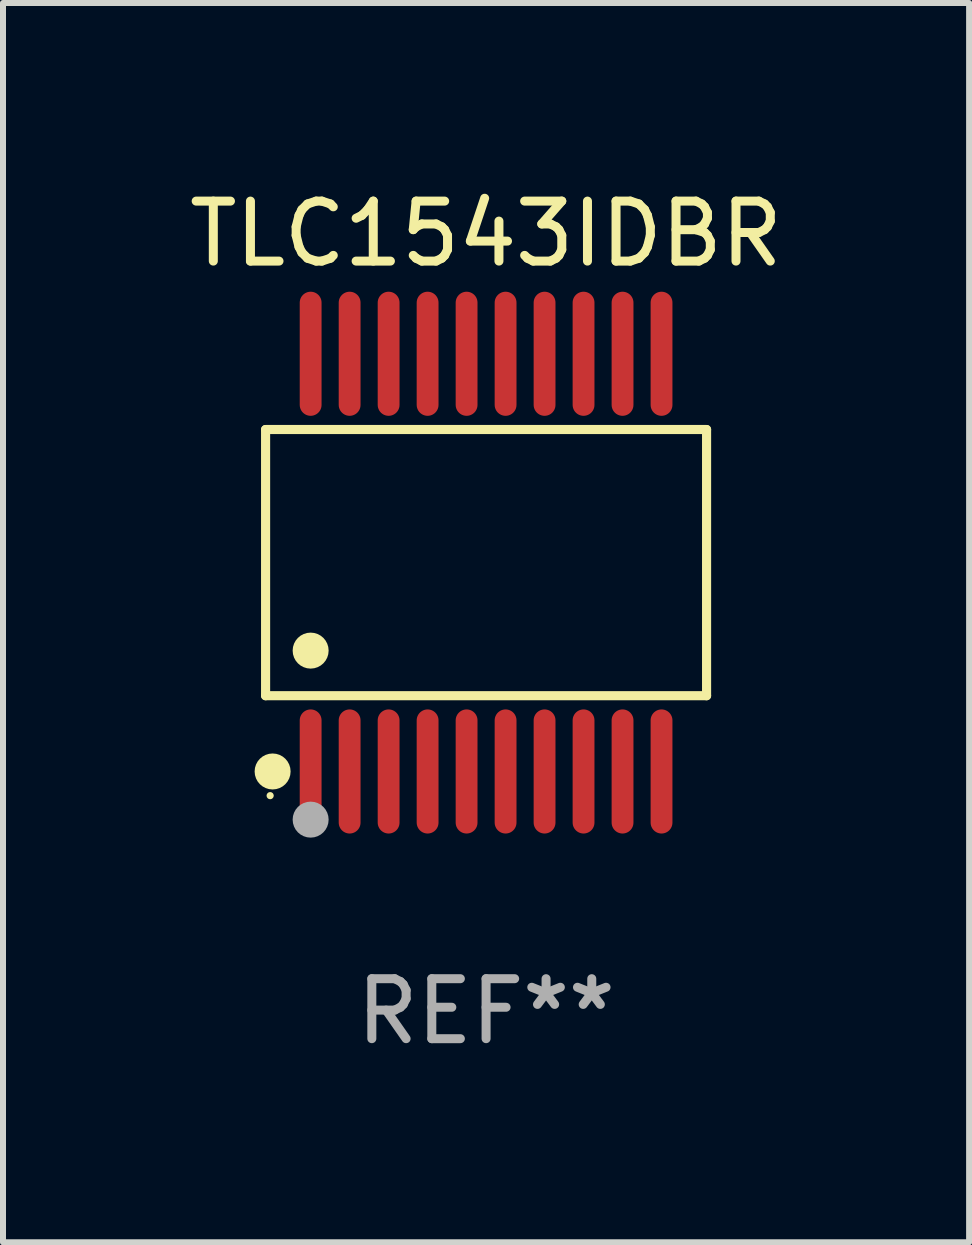
<source format=kicad_pcb>
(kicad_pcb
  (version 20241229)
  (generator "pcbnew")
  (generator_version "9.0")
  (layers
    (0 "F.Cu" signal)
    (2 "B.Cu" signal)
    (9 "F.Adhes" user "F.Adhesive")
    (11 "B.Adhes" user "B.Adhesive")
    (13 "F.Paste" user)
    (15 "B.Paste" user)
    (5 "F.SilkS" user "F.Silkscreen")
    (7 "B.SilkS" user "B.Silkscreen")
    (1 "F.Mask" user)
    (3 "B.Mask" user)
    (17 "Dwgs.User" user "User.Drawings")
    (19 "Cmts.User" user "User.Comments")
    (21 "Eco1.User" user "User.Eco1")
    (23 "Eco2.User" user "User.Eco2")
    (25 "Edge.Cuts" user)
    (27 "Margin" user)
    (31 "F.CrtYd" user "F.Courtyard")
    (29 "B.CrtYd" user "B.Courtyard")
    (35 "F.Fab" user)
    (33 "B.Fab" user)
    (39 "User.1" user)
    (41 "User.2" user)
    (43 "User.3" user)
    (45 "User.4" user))
  (footprint "TLC1543IDBR"
    (layer "F.Cu")
    (at 5.054 6.33)
    (property "Reference" "TLC1543IDBR" (at 0 -5.482 0) (layer "F.SilkS") (effects (font (size 1 1) (thickness 0.15))))
    (attr through_hole)
    (fp_line (start -3.676 -2.219) (end 3.676 -2.219) (stroke (width 0.152) (type solid)) (layer "F.SilkS"))
    (fp_line (start -3.676 2.219) (end -3.676 -2.219) (stroke (width 0.152) (type solid)) (layer "F.SilkS"))
    (fp_line (start 3.676 -2.219) (end 3.676 2.219) (stroke (width 0.152) (type solid)) (layer "F.SilkS"))
    (fp_line (start 3.676 2.219) (end -3.676 2.219) (stroke (width 0.152) (type solid)) (layer "F.SilkS"))
    (fp_circle (center -3.6 3.885) (end -3.57 3.885) (stroke (width 0.06) (type solid)) (fill no) (layer "F.SilkS"))
    (fp_circle (center -3.559 3.482) (end -3.409 3.482) (stroke (width 0.3) (type solid)) (fill no) (layer "F.SilkS"))
    (fp_circle (center -2.925 1.467) (end -2.775 1.467) (stroke (width 0.3) (type solid)) (fill no) (layer "F.SilkS"))
    (fp_circle (center -2.925 4.285) (end -2.775 4.285) (stroke (width 0.3) (type solid)) (fill no) (layer "F.Fab"))
    (fp_text user "REF**" (at 0 7.482 0) (layer "F.Fab") (effects (font (size 1 1) (thickness 0.15))))
    (pad "1" smd oval (at -2.925 3.482) (size 0.364 2.069) (layers "F.Cu" "F.Mask" "F.Paste"))
    (pad "2" smd oval (at -2.275 3.482) (size 0.364 2.069) (layers "F.Cu" "F.Mask" "F.Paste"))
    (pad "3" smd oval (at -1.625 3.482) (size 0.364 2.069) (layers "F.Cu" "F.Mask" "F.Paste"))
    (pad "4" smd oval (at -0.975 3.482) (size 0.364 2.069) (layers "F.Cu" "F.Mask" "F.Paste"))
    (pad "5" smd oval (at -0.325 3.482) (size 0.364 2.069) (layers "F.Cu" "F.Mask" "F.Paste"))
    (pad "6" smd oval (at 0.325 3.482) (size 0.364 2.069) (layers "F.Cu" "F.Mask" "F.Paste"))
    (pad "7" smd oval (at 0.975 3.482) (size 0.364 2.069) (layers "F.Cu" "F.Mask" "F.Paste"))
    (pad "8" smd oval (at 1.625 3.482) (size 0.364 2.069) (layers "F.Cu" "F.Mask" "F.Paste"))
    (pad "9" smd oval (at 2.275 3.482) (size 0.364 2.069) (layers "F.Cu" "F.Mask" "F.Paste"))
    (pad "10" smd oval (at 2.925 3.482) (size 0.364 2.069) (layers "F.Cu" "F.Mask" "F.Paste"))
    (pad "11" smd oval (at 2.925 -3.482) (size 0.364 2.069) (layers "F.Cu" "F.Mask" "F.Paste"))
    (pad "12" smd oval (at 2.275 -3.482) (size 0.364 2.069) (layers "F.Cu" "F.Mask" "F.Paste"))
    (pad "13" smd oval (at 1.625 -3.482) (size 0.364 2.069) (layers "F.Cu" "F.Mask" "F.Paste"))
    (pad "14" smd oval (at 0.975 -3.482) (size 0.364 2.069) (layers "F.Cu" "F.Mask" "F.Paste"))
    (pad "15" smd oval (at 0.325 -3.482) (size 0.364 2.069) (layers "F.Cu" "F.Mask" "F.Paste"))
    (pad "16" smd oval (at -0.325 -3.482) (size 0.364 2.069) (layers "F.Cu" "F.Mask" "F.Paste"))
    (pad "17" smd oval (at -0.975 -3.482) (size 0.364 2.069) (layers "F.Cu" "F.Mask" "F.Paste"))
    (pad "18" smd oval (at -1.625 -3.482) (size 0.364 2.069) (layers "F.Cu" "F.Mask" "F.Paste"))
    (pad "19" smd oval (at -2.275 -3.482) (size 0.364 2.069) (layers "F.Cu" "F.Mask" "F.Paste"))
    (pad "20" smd oval (at -2.925 -3.482) (size 0.364 2.069) (layers "F.Cu" "F.Mask" "F.Paste")))
  (gr_rect
    (start -3 -3)
    (end 13.107 17.661)
    (stroke (width 0.1) (type default))
    (fill no)
    (layer "Edge.Cuts")))
</source>
